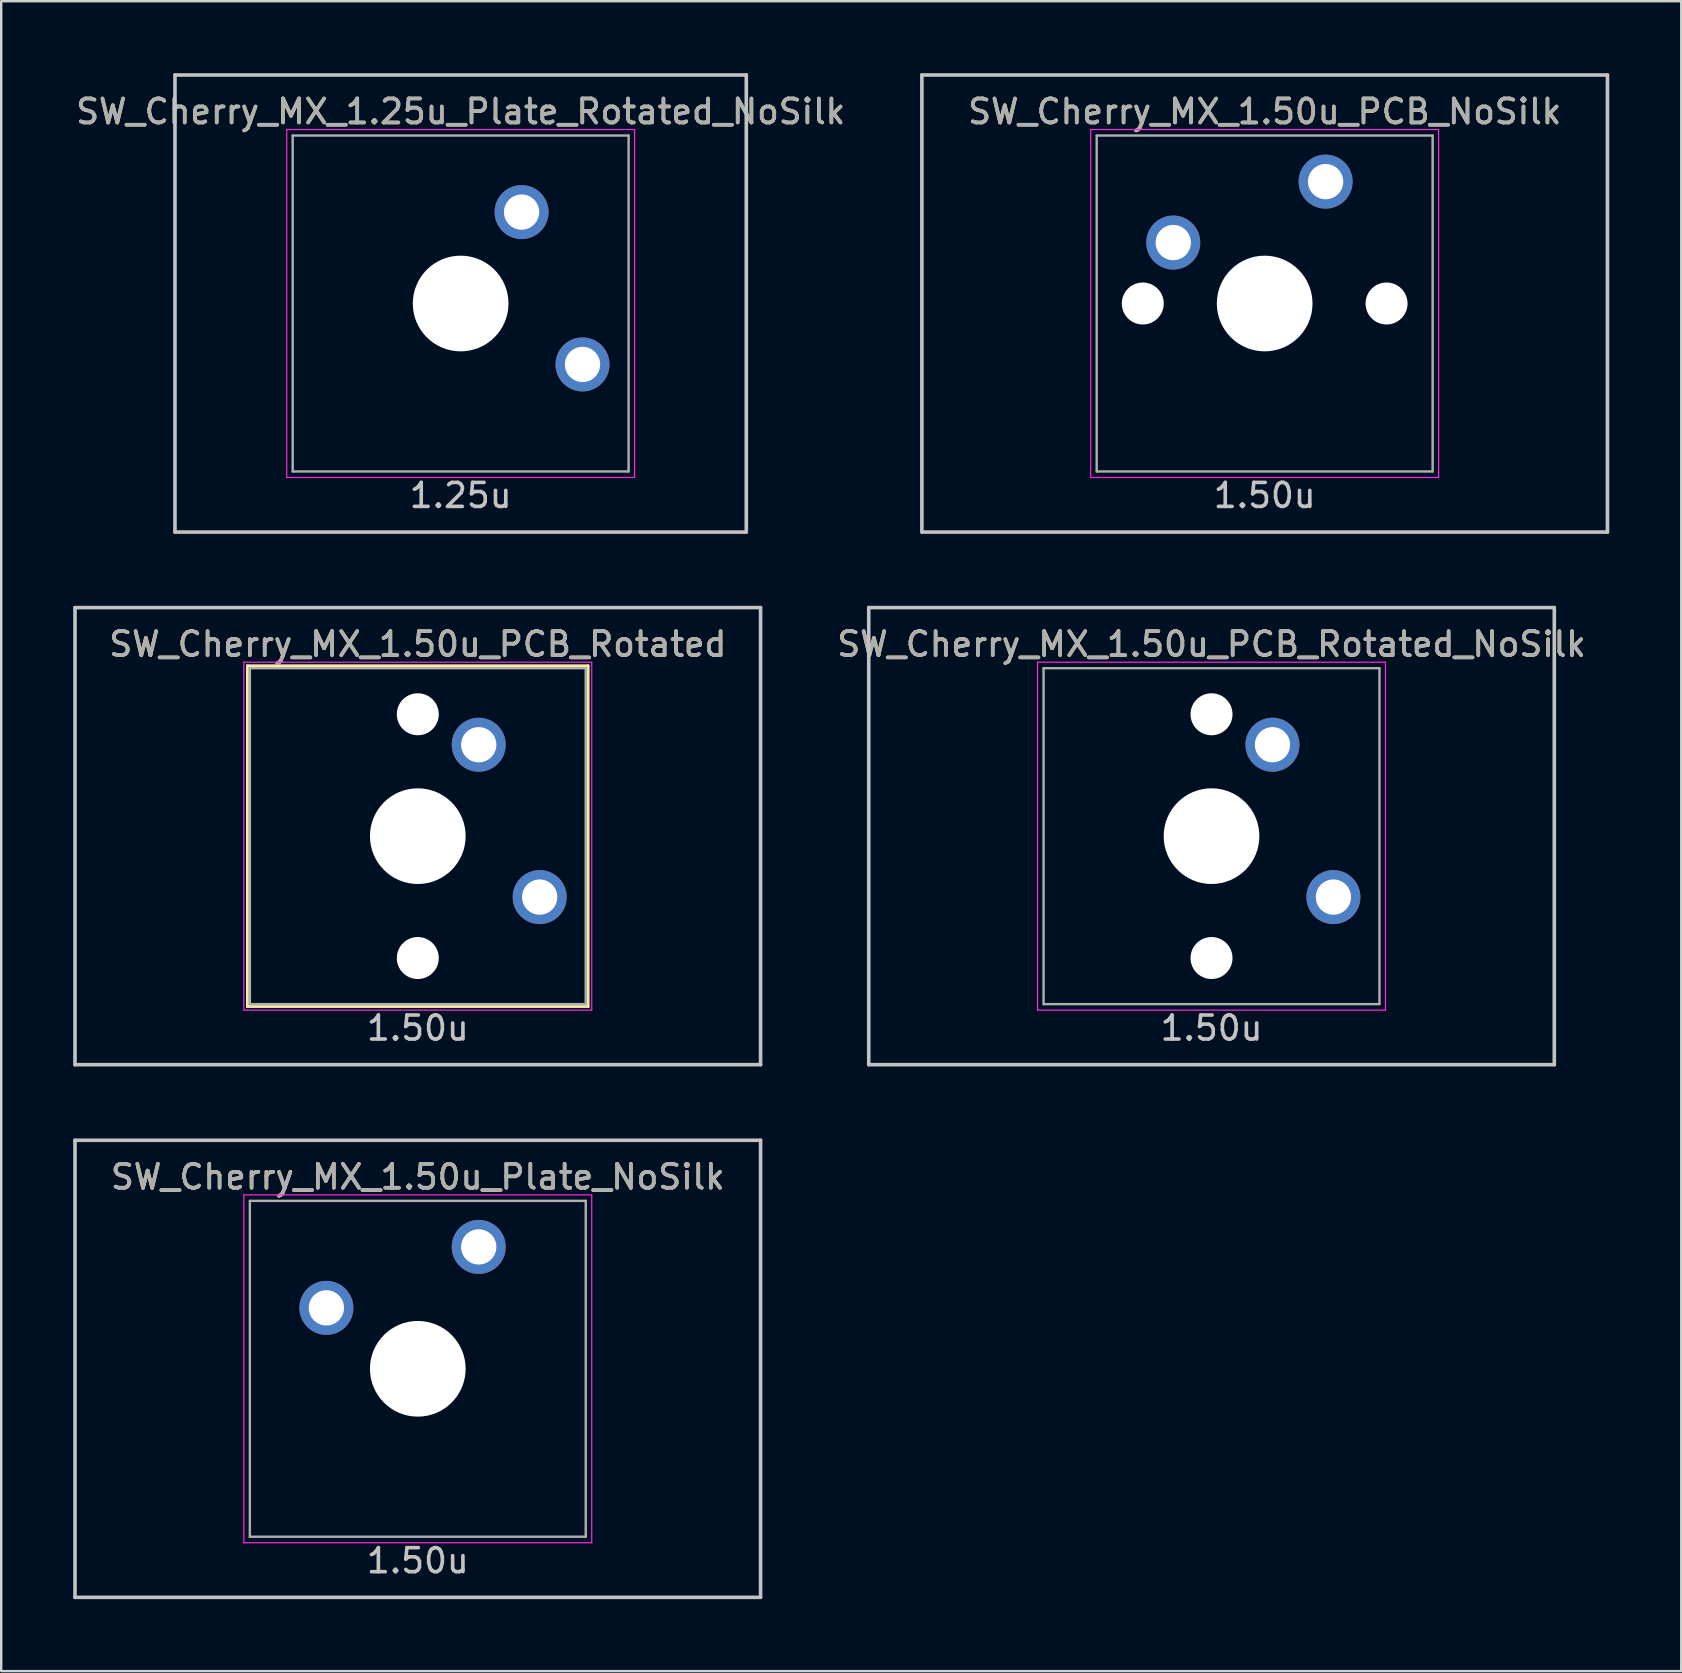
<source format=kicad_pcb>
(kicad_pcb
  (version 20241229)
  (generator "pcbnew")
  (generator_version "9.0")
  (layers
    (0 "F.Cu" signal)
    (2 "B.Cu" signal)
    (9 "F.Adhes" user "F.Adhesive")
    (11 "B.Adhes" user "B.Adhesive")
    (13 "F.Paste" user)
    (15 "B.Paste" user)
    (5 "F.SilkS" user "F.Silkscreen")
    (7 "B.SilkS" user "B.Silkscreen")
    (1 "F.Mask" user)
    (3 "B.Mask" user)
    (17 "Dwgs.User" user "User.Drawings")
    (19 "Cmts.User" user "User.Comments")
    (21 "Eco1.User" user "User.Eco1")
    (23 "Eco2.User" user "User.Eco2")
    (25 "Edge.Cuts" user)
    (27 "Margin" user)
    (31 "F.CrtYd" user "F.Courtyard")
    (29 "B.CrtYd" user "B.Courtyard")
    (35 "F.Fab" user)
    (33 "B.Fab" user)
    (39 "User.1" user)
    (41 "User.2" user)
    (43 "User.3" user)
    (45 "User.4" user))
  (footprint "SW_Cherry_MX_1.25u_Plate_Rotated_NoSilk"
    (layer "F.Cu")
    (at 16.149 9.6)
    (property "Reference" "SW_Cherry_MX_1.25u_Plate_Rotated_NoSilk" (at 0 -8 0) (layer "F.SilkS") (effects (font (size 1 1) (thickness 0.15))))
    (attr through_hole)
    (fp_line (start -11.906 -9.525) (end 11.906 -9.525) (stroke (width 0.15) (type solid)) (layer "Dwgs.User"))
    (fp_line (start -11.906 9.525) (end -11.906 -9.525) (stroke (width 0.15) (type solid)) (layer "Dwgs.User"))
    (fp_line (start -11.906 9.525) (end 11.906 9.525) (stroke (width 0.15) (type solid)) (layer "Dwgs.User"))
    (fp_line (start 11.906 -9.525) (end 11.906 9.525) (stroke (width 0.15) (type solid)) (layer "Dwgs.User"))
    (fp_line (start -7.25 -7.25) (end 7.25 -7.25) (stroke (width 0.05) (type solid)) (layer "F.CrtYd"))
    (fp_line (start -7.25 7.25) (end -7.25 -7.25) (stroke (width 0.05) (type solid)) (layer "F.CrtYd"))
    (fp_line (start 7.25 -7.25) (end 7.25 7.25) (stroke (width 0.05) (type solid)) (layer "F.CrtYd"))
    (fp_line (start 7.25 7.25) (end -7.25 7.25) (stroke (width 0.05) (type solid)) (layer "F.CrtYd"))
    (fp_line (start -7 -7) (end 7 -7) (stroke (width 0.1) (type solid)) (layer "F.Fab"))
    (fp_line (start -7 7) (end -7 -7) (stroke (width 0.1) (type solid)) (layer "F.Fab"))
    (fp_line (start 7 -7) (end 7 7) (stroke (width 0.1) (type solid)) (layer "F.Fab"))
    (fp_line (start 7 7) (end -7 7) (stroke (width 0.1) (type solid)) (layer "F.Fab"))
    (fp_text user "1.25u" (at 0 8 0) (layer "Dwgs.User") (effects (font (size 1 1) (thickness 0.15))))
    (fp_text user "${REFERENCE}" (at 0 -8 0) (layer "F.Fab") (effects (font (size 1 1) (thickness 0.15))))
    (pad "" np_thru_hole circle (at 0 0 270) (size 3.988 3.988) (drill 3.988) (layers "*.Cu" "*.Mask"))
    (pad "1" thru_hole circle (at 2.54 -3.81 270) (size 2.25 2.25) (drill 1.47) (layers "*.Cu" "B.Mask"))
    (pad "2" thru_hole circle (at 5.08 2.54 270) (size 2.25 2.25) (drill 1.47) (layers "*.Cu" "B.Mask")))
  (footprint "SW_Cherry_MX_1.50u_PCB_NoSilk"
    (layer "F.Cu")
    (at 49.66 9.6)
    (property "Reference" "SW_Cherry_MX_1.50u_PCB_NoSilk" (at 0 -8 0) (layer "F.SilkS") (effects (font (size 1 1) (thickness 0.15))))
    (attr through_hole)
    (fp_line (start -14.287 -9.525) (end 14.287 -9.525) (stroke (width 0.15) (type solid)) (layer "Dwgs.User"))
    (fp_line (start -14.287 9.525) (end -14.287 -9.525) (stroke (width 0.15) (type solid)) (layer "Dwgs.User"))
    (fp_line (start -14.287 9.525) (end 14.287 9.525) (stroke (width 0.15) (type solid)) (layer "Dwgs.User"))
    (fp_line (start 14.287 -9.525) (end 14.287 9.525) (stroke (width 0.15) (type solid)) (layer "Dwgs.User"))
    (fp_line (start -7.25 -7.25) (end 7.25 -7.25) (stroke (width 0.05) (type solid)) (layer "F.CrtYd"))
    (fp_line (start -7.25 7.25) (end -7.25 -7.25) (stroke (width 0.05) (type solid)) (layer "F.CrtYd"))
    (fp_line (start 7.25 -7.25) (end 7.25 7.25) (stroke (width 0.05) (type solid)) (layer "F.CrtYd"))
    (fp_line (start 7.25 7.25) (end -7.25 7.25) (stroke (width 0.05) (type solid)) (layer "F.CrtYd"))
    (fp_line (start -7 -7) (end 7 -7) (stroke (width 0.1) (type solid)) (layer "F.Fab"))
    (fp_line (start -7 7) (end -7 -7) (stroke (width 0.1) (type solid)) (layer "F.Fab"))
    (fp_line (start 7 -7) (end 7 7) (stroke (width 0.1) (type solid)) (layer "F.Fab"))
    (fp_line (start 7 7) (end -7 7) (stroke (width 0.1) (type solid)) (layer "F.Fab"))
    (fp_text user "1.50u" (at 0 8 0) (layer "Dwgs.User") (effects (font (size 1 1) (thickness 0.15))))
    (fp_text user "${REFERENCE}" (at 0 -8 0) (layer "F.Fab") (effects (font (size 1 1) (thickness 0.15))))
    (pad "" np_thru_hole circle (at -5.08 0 48.1) (size 1.75 1.75) (drill 1.75) (layers "*.Cu" "*.Mask"))
    (pad "" np_thru_hole circle (at 0 0) (size 3.988 3.988) (drill 3.988) (layers "*.Cu" "*.Mask"))
    (pad "" np_thru_hole circle (at 5.08 0 48.1) (size 1.75 1.75) (drill 1.75) (layers "*.Cu" "*.Mask"))
    (pad "1" thru_hole circle (at -3.81 -2.54) (size 2.25 2.25) (drill 1.47) (layers "*.Cu" "B.Mask"))
    (pad "2" thru_hole circle (at 2.54 -5.08) (size 2.25 2.25) (drill 1.47) (layers "*.Cu" "B.Mask")))
  (footprint "SW_Cherry_MX_1.50u_Plate_NoSilk"
    (layer "F.Cu")
    (at 14.363 54)
    (property "Reference" "SW_Cherry_MX_1.50u_Plate_NoSilk" (at 0 -8 0) (layer "F.SilkS") (effects (font (size 1 1) (thickness 0.15))))
    (attr through_hole)
    (fp_line (start -14.287 -9.525) (end 14.287 -9.525) (stroke (width 0.15) (type solid)) (layer "Dwgs.User"))
    (fp_line (start -14.287 9.525) (end -14.287 -9.525) (stroke (width 0.15) (type solid)) (layer "Dwgs.User"))
    (fp_line (start -14.287 9.525) (end 14.287 9.525) (stroke (width 0.15) (type solid)) (layer "Dwgs.User"))
    (fp_line (start 14.287 -9.525) (end 14.287 9.525) (stroke (width 0.15) (type solid)) (layer "Dwgs.User"))
    (fp_line (start -7.25 -7.25) (end 7.25 -7.25) (stroke (width 0.05) (type solid)) (layer "F.CrtYd"))
    (fp_line (start -7.25 7.25) (end -7.25 -7.25) (stroke (width 0.05) (type solid)) (layer "F.CrtYd"))
    (fp_line (start 7.25 -7.25) (end 7.25 7.25) (stroke (width 0.05) (type solid)) (layer "F.CrtYd"))
    (fp_line (start 7.25 7.25) (end -7.25 7.25) (stroke (width 0.05) (type solid)) (layer "F.CrtYd"))
    (fp_line (start -7 -7) (end 7 -7) (stroke (width 0.1) (type solid)) (layer "F.Fab"))
    (fp_line (start -7 7) (end -7 -7) (stroke (width 0.1) (type solid)) (layer "F.Fab"))
    (fp_line (start 7 -7) (end 7 7) (stroke (width 0.1) (type solid)) (layer "F.Fab"))
    (fp_line (start 7 7) (end -7 7) (stroke (width 0.1) (type solid)) (layer "F.Fab"))
    (fp_text user "1.50u" (at 0 8 0) (layer "Dwgs.User") (effects (font (size 1 1) (thickness 0.15))))
    (fp_text user "${REFERENCE}" (at 0 -8 0) (layer "F.Fab") (effects (font (size 1 1) (thickness 0.15))))
    (pad "" np_thru_hole circle (at 0 0) (size 3.988 3.988) (drill 3.988) (layers "*.Cu" "*.Mask"))
    (pad "1" thru_hole circle (at -3.81 -2.54) (size 2.25 2.25) (drill 1.47) (layers "*.Cu" "B.Mask"))
    (pad "2" thru_hole circle (at 2.54 -5.08) (size 2.25 2.25) (drill 1.47) (layers "*.Cu" "B.Mask")))
  (footprint "SW_Cherry_MX_1.50u_PCB_Rotated_NoSilk"
    (layer "F.Cu")
    (at 47.445 31.8)
    (property "Reference" "SW_Cherry_MX_1.50u_PCB_Rotated_NoSilk" (at 0 -8 0) (layer "F.SilkS") (effects (font (size 1 1) (thickness 0.15))))
    (attr through_hole)
    (fp_line (start -14.287 -9.525) (end -14.287 9.525) (stroke (width 0.15) (type solid)) (layer "Dwgs.User"))
    (fp_line (start -14.287 -9.525) (end 14.287 -9.525) (stroke (width 0.15) (type solid)) (layer "Dwgs.User"))
    (fp_line (start -14.287 9.525) (end 14.287 9.525) (stroke (width 0.15) (type solid)) (layer "Dwgs.User"))
    (fp_line (start 14.287 -9.525) (end 14.287 9.525) (stroke (width 0.15) (type solid)) (layer "Dwgs.User"))
    (fp_line (start -7.25 -7.25) (end 7.25 -7.25) (stroke (width 0.05) (type solid)) (layer "F.CrtYd"))
    (fp_line (start -7.25 7.25) (end -7.25 -7.25) (stroke (width 0.05) (type solid)) (layer "F.CrtYd"))
    (fp_line (start 7.25 -7.25) (end 7.25 7.25) (stroke (width 0.05) (type solid)) (layer "F.CrtYd"))
    (fp_line (start 7.25 7.25) (end -7.25 7.25) (stroke (width 0.05) (type solid)) (layer "F.CrtYd"))
    (fp_line (start -7 -7) (end 7 -7) (stroke (width 0.1) (type solid)) (layer "F.Fab"))
    (fp_line (start -7 7) (end -7 -7) (stroke (width 0.1) (type solid)) (layer "F.Fab"))
    (fp_line (start 7 -7) (end 7 7) (stroke (width 0.1) (type solid)) (layer "F.Fab"))
    (fp_line (start 7 7) (end -7 7) (stroke (width 0.1) (type solid)) (layer "F.Fab"))
    (fp_text user "1.50u" (at 0 8 0) (layer "Dwgs.User") (effects (font (size 1 1) (thickness 0.15))))
    (fp_text user "${REFERENCE}" (at 0 -8 0) (layer "F.Fab") (effects (font (size 1 1) (thickness 0.15))))
    (pad "" np_thru_hole circle (at 0 -5.08 318.1) (size 1.75 1.75) (drill 1.75) (layers "*.Cu" "*.Mask"))
    (pad "" np_thru_hole circle (at 0 0 270) (size 3.988 3.988) (drill 3.988) (layers "*.Cu" "*.Mask"))
    (pad "" np_thru_hole circle (at 0 5.08 318.1) (size 1.75 1.75) (drill 1.75) (layers "*.Cu" "*.Mask"))
    (pad "1" thru_hole circle (at 2.54 -3.81 270) (size 2.25 2.25) (drill 1.47) (layers "*.Cu" "B.Mask"))
    (pad "2" thru_hole circle (at 5.08 2.54 270) (size 2.25 2.25) (drill 1.47) (layers "*.Cu" "B.Mask")))
  (footprint "SW_Cherry_MX_1.50u_PCB_Rotated"
    (layer "F.Cu")
    (at 14.363 31.8)
    (property "Reference" "SW_Cherry_MX_1.50u_PCB_Rotated" (at 0 -8 0) (layer "F.SilkS") (effects (font (size 1 1) (thickness 0.15))))
    (attr through_hole)
    (fp_line (start -7.1 -7.1) (end 7.1 -7.1) (stroke (width 0.12) (type solid)) (layer "F.SilkS"))
    (fp_line (start -7.1 7.1) (end -7.1 -7.1) (stroke (width 0.12) (type solid)) (layer "F.SilkS"))
    (fp_line (start 7.1 -7.1) (end 7.1 7.1) (stroke (width 0.12) (type solid)) (layer "F.SilkS"))
    (fp_line (start 7.1 7.1) (end -7.1 7.1) (stroke (width 0.12) (type solid)) (layer "F.SilkS"))
    (fp_line (start -14.287 -9.525) (end -14.287 9.525) (stroke (width 0.15) (type solid)) (layer "Dwgs.User"))
    (fp_line (start -14.287 -9.525) (end 14.287 -9.525) (stroke (width 0.15) (type solid)) (layer "Dwgs.User"))
    (fp_line (start -14.287 9.525) (end 14.287 9.525) (stroke (width 0.15) (type solid)) (layer "Dwgs.User"))
    (fp_line (start 14.287 -9.525) (end 14.287 9.525) (stroke (width 0.15) (type solid)) (layer "Dwgs.User"))
    (fp_line (start -7.25 -7.25) (end 7.25 -7.25) (stroke (width 0.05) (type solid)) (layer "F.CrtYd"))
    (fp_line (start -7.25 7.25) (end -7.25 -7.25) (stroke (width 0.05) (type solid)) (layer "F.CrtYd"))
    (fp_line (start 7.25 -7.25) (end 7.25 7.25) (stroke (width 0.05) (type solid)) (layer "F.CrtYd"))
    (fp_line (start 7.25 7.25) (end -7.25 7.25) (stroke (width 0.05) (type solid)) (layer "F.CrtYd"))
    (fp_line (start -7 -7) (end 7 -7) (stroke (width 0.1) (type solid)) (layer "F.Fab"))
    (fp_line (start -7 7) (end -7 -7) (stroke (width 0.1) (type solid)) (layer "F.Fab"))
    (fp_line (start 7 -7) (end 7 7) (stroke (width 0.1) (type solid)) (layer "F.Fab"))
    (fp_line (start 7 7) (end -7 7) (stroke (width 0.1) (type solid)) (layer "F.Fab"))
    (fp_text user "1.50u" (at 0 8 0) (layer "Dwgs.User") (effects (font (size 1 1) (thickness 0.15))))
    (fp_text user "${REFERENCE}" (at 0 -8 0) (layer "F.Fab") (effects (font (size 1 1) (thickness 0.15))))
    (pad "" np_thru_hole circle (at 0 -5.08 318.1) (size 1.75 1.75) (drill 1.75) (layers "*.Cu" "*.Mask"))
    (pad "" np_thru_hole circle (at 0 0 270) (size 3.988 3.988) (drill 3.988) (layers "*.Cu" "*.Mask"))
    (pad "" np_thru_hole circle (at 0 5.08 318.1) (size 1.75 1.75) (drill 1.75) (layers "*.Cu" "*.Mask"))
    (pad "1" thru_hole circle (at 2.54 -3.81 270) (size 2.25 2.25) (drill 1.47) (layers "*.Cu" "B.Mask"))
    (pad "2" thru_hole circle (at 5.08 2.54 270) (size 2.25 2.25) (drill 1.47) (layers "*.Cu" "B.Mask")))
  (gr_rect
    (start -3 -3)
    (end 67.023 66.6)
    (stroke (width 0.1) (type default))
    (fill no)
    (layer "Edge.Cuts")))
</source>
